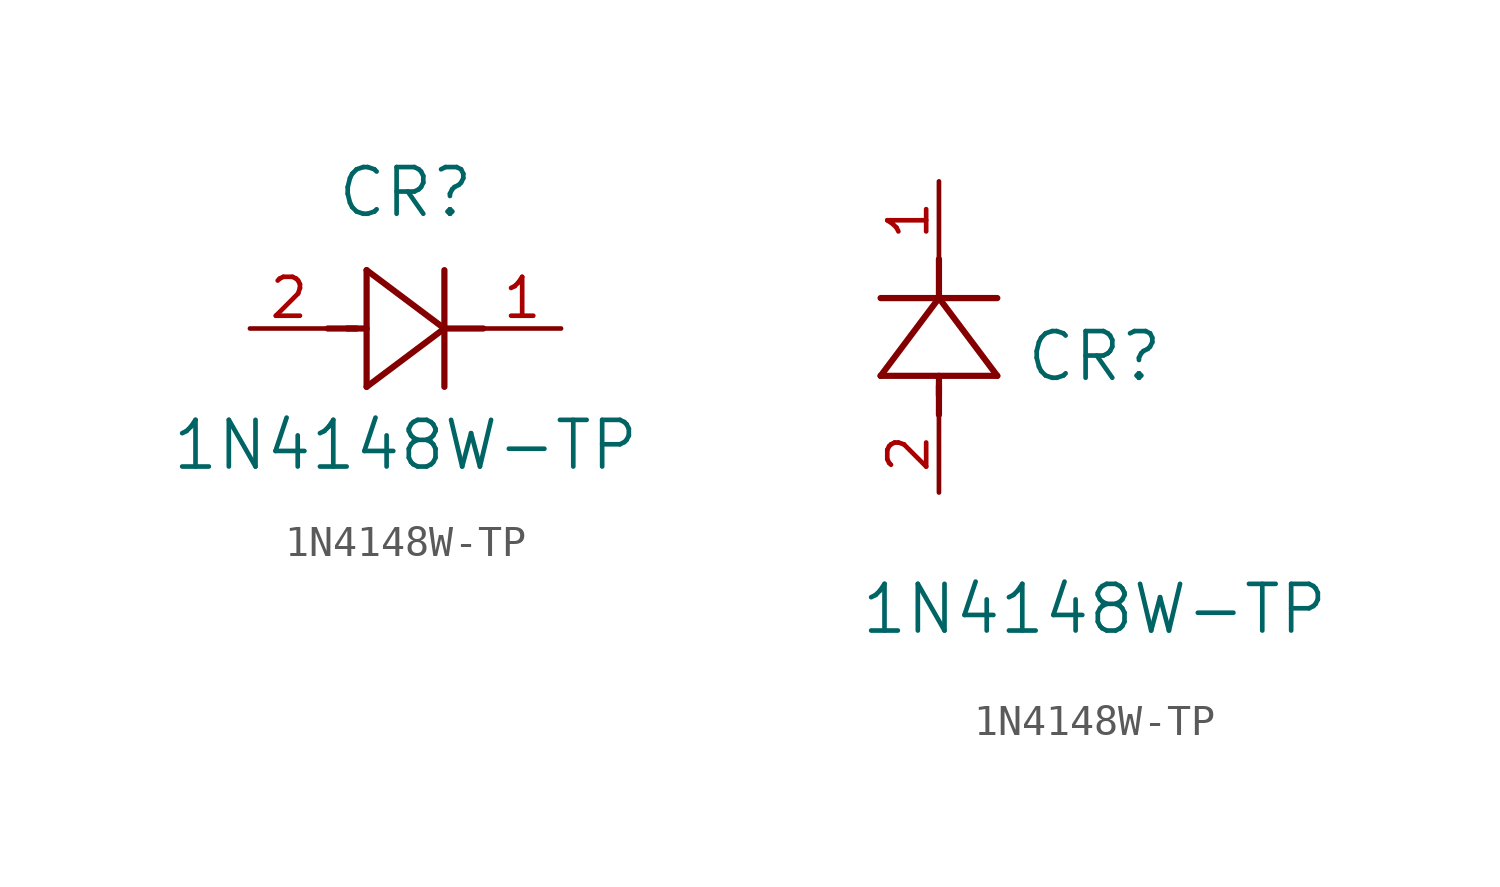
<source format=kicad_sym>
(kicad_symbol_lib
  (version 20211014)
  (generator kicad_symbol_editor)
  (symbol "1N4148W-TP"
    (pin_names
      (offset 0.254))
    (property "Reference" "CR"
      (at 5.08 4.445 0)
      (effects (font (size 1.524 1.524))))
    (property "Value" "1N4148W-TP"
      (at 5.08 -3.81 0)
      (effects (font (size 1.524 1.524))))
    (symbol "1N4148W-TP_1_1"
      (polyline (pts (xy 2.54 0) (xy 3.48 0)) (stroke (width 0.203) (type default) (color 0 0 0 0)) (fill (type none)))
      (polyline (pts (xy 3.81 1.905) (xy 3.81 -1.905)) (stroke (width 0.203) (type default) (color 0 0 0 0)) (fill (type none)))
      (polyline (pts (xy 3.175 0) (xy 3.81 0)) (stroke (width 0.203) (type default) (color 0 0 0 0)) (fill (type none)))
      (polyline (pts (xy 6.35 -1.905) (xy 6.35 1.905)) (stroke (width 0.203) (type default) (color 0 0 0 0)) (fill (type none)))
      (polyline (pts (xy 6.35 0) (xy 7.62 0)) (stroke (width 0.203) (type default) (color 0 0 0 0)) (fill (type none)))
      (polyline (pts (xy 6.35 0) (xy 3.81 1.905)) (stroke (width 0.203) (type default) (color 0 0 0 0)) (fill (type none)))
      (polyline (pts (xy 3.81 -1.905) (xy 6.35 0)) (stroke (width 0.203) (type default) (color 0 0 0 0)) (fill (type none)))
      (pin unspecified line (at 0 0 0) (length 2.54) (name "" (effects (font (size 1.27 1.27)))) (number "2" (effects (font (size 1.27 1.27)))))
      (pin unspecified line (at 10.16 0 180) (length 2.54) (name "" (effects (font (size 1.27 1.27)))) (number "1" (effects (font (size 1.27 1.27))))))
    (symbol "1N4148W-TP_1_2"
      (polyline (pts (xy 0 2.54) (xy 0 3.48)) (stroke (width 0.203) (type default) (color 0 0 0 0)) (fill (type none)))
      (polyline (pts (xy -1.905 3.81) (xy 1.905 3.81)) (stroke (width 0.203) (type default) (color 0 0 0 0)) (fill (type none)))
      (polyline (pts (xy 0 3.175) (xy 0 3.81)) (stroke (width 0.203) (type default) (color 0 0 0 0)) (fill (type none)))
      (polyline (pts (xy 1.905 6.35) (xy -1.905 6.35)) (stroke (width 0.203) (type default) (color 0 0 0 0)) (fill (type none)))
      (polyline (pts (xy 0 6.35) (xy 0 7.62)) (stroke (width 0.203) (type default) (color 0 0 0 0)) (fill (type none)))
      (polyline (pts (xy 0 6.35) (xy -1.905 3.81)) (stroke (width 0.203) (type default) (color 0 0 0 0)) (fill (type none)))
      (polyline (pts (xy 1.905 3.81) (xy 0 6.35)) (stroke (width 0.203) (type default) (color 0 0 0 0)) (fill (type none)))
      (pin unspecified line (at 0 0 90) (length 2.54) (name "" (effects (font (size 1.27 1.27)))) (number "2" (effects (font (size 1.27 1.27)))))
      (pin unspecified line (at 0 10.16 270) (length 2.54) (name "" (effects (font (size 1.27 1.27)))) (number "1" (effects (font (size 1.27 1.27))))))))
</source>
